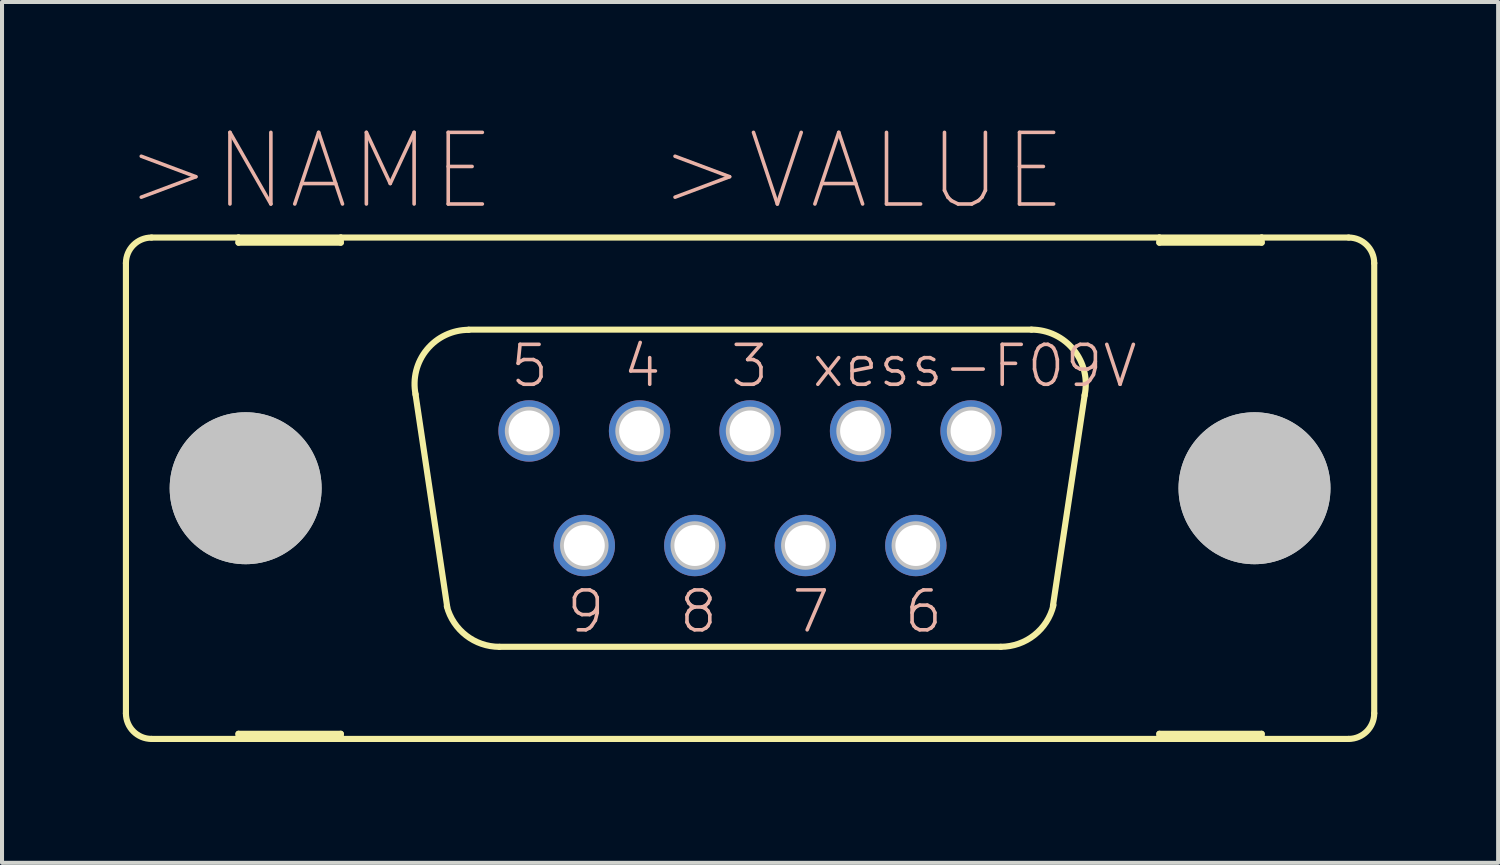
<source format=kicad_pcb>
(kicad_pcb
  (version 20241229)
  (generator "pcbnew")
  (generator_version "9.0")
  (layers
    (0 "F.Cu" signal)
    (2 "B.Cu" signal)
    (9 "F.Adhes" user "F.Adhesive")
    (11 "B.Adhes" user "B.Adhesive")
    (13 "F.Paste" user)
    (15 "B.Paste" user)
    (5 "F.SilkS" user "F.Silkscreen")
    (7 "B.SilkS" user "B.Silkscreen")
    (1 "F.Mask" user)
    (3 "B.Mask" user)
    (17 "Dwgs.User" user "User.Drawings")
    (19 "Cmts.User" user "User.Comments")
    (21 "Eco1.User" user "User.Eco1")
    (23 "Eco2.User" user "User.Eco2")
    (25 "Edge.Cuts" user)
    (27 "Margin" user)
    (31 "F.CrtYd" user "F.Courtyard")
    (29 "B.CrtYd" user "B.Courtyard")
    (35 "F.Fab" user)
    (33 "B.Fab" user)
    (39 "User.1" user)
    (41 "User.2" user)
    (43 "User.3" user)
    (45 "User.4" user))
  (footprint "xess-F09V"
    (layer "F.Cu")
    (at 15.57 9.07)
    (property "Reference" "xess-F09V" (at 5.575 -3.035 0) (layer "B.SilkS") (effects (font (size 0.991 0.991) (thickness 0.089))))
    (attr exclude_from_pos_files exclude_from_bom)
    (fp_line (start -15.494 -5.588) (end -15.494 5.588) (stroke (width 0.152) (type solid)) (layer "F.SilkS"))
    (fp_line (start -14.859 6.223) (end -12.7 6.223) (stroke (width 0.152) (type solid)) (layer "F.SilkS"))
    (fp_line (start -14.173 0) (end -10.871 0) (stroke (width 0.127) (type solid)) (layer "F.SilkS"))
    (fp_line (start -12.7 -6.223) (end -14.859 -6.223) (stroke (width 0.152) (type solid)) (layer "F.SilkS"))
    (fp_line (start -12.7 -6.223) (end -12.7 -6.096) (stroke (width 0.152) (type solid)) (layer "F.SilkS"))
    (fp_line (start -12.7 -6.096) (end -10.16 -6.096) (stroke (width 0.152) (type solid)) (layer "F.SilkS"))
    (fp_line (start -12.7 6.096) (end -10.16 6.096) (stroke (width 0.152) (type solid)) (layer "F.SilkS"))
    (fp_line (start -12.7 6.223) (end -12.7 6.096) (stroke (width 0.152) (type solid)) (layer "F.SilkS"))
    (fp_line (start -12.7 6.223) (end -10.16 6.223) (stroke (width 0.152) (type solid)) (layer "F.SilkS"))
    (fp_line (start -12.522 1.651) (end -12.522 -1.651) (stroke (width 0.127) (type solid)) (layer "F.SilkS"))
    (fp_line (start -10.16 -6.223) (end -12.7 -6.223) (stroke (width 0.152) (type solid)) (layer "F.SilkS"))
    (fp_line (start -10.16 -6.096) (end -10.16 -6.223) (stroke (width 0.152) (type solid)) (layer "F.SilkS"))
    (fp_line (start -10.16 6.096) (end -10.16 6.223) (stroke (width 0.152) (type solid)) (layer "F.SilkS"))
    (fp_line (start -10.16 6.223) (end 10.16 6.223) (stroke (width 0.152) (type solid)) (layer "F.SilkS"))
    (fp_line (start -7.518 2.946) (end -8.306 -2.337) (stroke (width 0.152) (type solid)) (layer "F.SilkS"))
    (fp_line (start -6.985 -3.937) (end 6.985 -3.937) (stroke (width 0.152) (type solid)) (layer "F.SilkS"))
    (fp_line (start -6.223 3.937) (end 6.223 3.937) (stroke (width 0.152) (type solid)) (layer "F.SilkS"))
    (fp_line (start 8.306 -2.311) (end 7.518 2.921) (stroke (width 0.152) (type solid)) (layer "F.SilkS"))
    (fp_line (start 10.16 -6.223) (end -10.16 -6.223) (stroke (width 0.152) (type solid)) (layer "F.SilkS"))
    (fp_line (start 10.16 -6.223) (end 10.16 -6.096) (stroke (width 0.152) (type solid)) (layer "F.SilkS"))
    (fp_line (start 10.16 -6.096) (end 12.7 -6.096) (stroke (width 0.152) (type solid)) (layer "F.SilkS"))
    (fp_line (start 10.16 6.096) (end 12.7 6.096) (stroke (width 0.152) (type solid)) (layer "F.SilkS"))
    (fp_line (start 10.16 6.223) (end 10.16 6.096) (stroke (width 0.152) (type solid)) (layer "F.SilkS"))
    (fp_line (start 10.16 6.223) (end 12.7 6.223) (stroke (width 0.152) (type solid)) (layer "F.SilkS"))
    (fp_line (start 10.871 0) (end 14.173 0) (stroke (width 0.127) (type solid)) (layer "F.SilkS"))
    (fp_line (start 12.522 1.651) (end 12.522 -1.651) (stroke (width 0.127) (type solid)) (layer "F.SilkS"))
    (fp_line (start 12.7 -6.223) (end 10.16 -6.223) (stroke (width 0.152) (type solid)) (layer "F.SilkS"))
    (fp_line (start 12.7 -6.096) (end 12.7 -6.223) (stroke (width 0.152) (type solid)) (layer "F.SilkS"))
    (fp_line (start 12.7 6.096) (end 12.7 6.223) (stroke (width 0.152) (type solid)) (layer "F.SilkS"))
    (fp_line (start 12.7 6.223) (end 14.859 6.223) (stroke (width 0.152) (type solid)) (layer "F.SilkS"))
    (fp_line (start 14.859 -6.223) (end 12.7 -6.223) (stroke (width 0.152) (type solid)) (layer "F.SilkS"))
    (fp_line (start 15.494 -5.588) (end 15.494 5.588) (stroke (width 0.152) (type solid)) (layer "F.SilkS"))
    (fp_arc (start -15.494 -5.588) (mid -15.308013 -6.037013) (end -14.859 -6.223) (stroke (width 0.1524) (type solid)) (layer "F.SilkS"))
    (fp_arc (start -14.859 6.223) (mid -15.308013 6.037013) (end -15.494 5.588) (stroke (width 0.1524) (type solid)) (layer "F.SilkS"))
    (fp_arc (start -8.30326 -2.32664) (mid -8.023158 -3.441772) (end -6.98324 -3.932229) (stroke (width 0.1524) (type solid)) (layer "F.SilkS"))
    (fp_arc (start -6.223 3.937) (mid -7.047791 3.655415) (end -7.528188 2.928236) (stroke (width 0.1524) (type solid)) (layer "F.SilkS"))
    (fp_arc (start 6.985 -3.937) (mid 8.034648 -3.435219) (end 8.30328 -2.303238) (stroke (width 0.1524) (type solid)) (layer "F.SilkS"))
    (fp_arc (start 7.5311 2.90322) (mid 7.055662 3.646284) (end 6.222518 3.936211) (stroke (width 0.1524) (type solid)) (layer "F.SilkS"))
    (fp_arc (start 14.859 -6.223) (mid 15.308013 -6.037013) (end 15.494 -5.588) (stroke (width 0.1524) (type solid)) (layer "F.SilkS"))
    (fp_arc (start 15.494 5.588) (mid 15.308013 6.037013) (end 14.859 6.223) (stroke (width 0.1524) (type solid)) (layer "F.SilkS"))
    (fp_circle (center -12.522 0) (end -13.348 0.826) (stroke (width 0.076) (type solid)) (fill no) (layer "F.SilkS"))
    (fp_circle (center -12.522 0) (end -13.348 0.826) (stroke (width 0.127) (type solid)) (fill no) (layer "F.SilkS"))
    (fp_circle (center 12.522 0) (end 13.348 0.826) (stroke (width 0.076) (type solid)) (fill no) (layer "F.SilkS"))
    (fp_circle (center 12.522 0) (end 13.348 0.826) (stroke (width 0.127) (type solid)) (fill no) (layer "F.SilkS"))
    (fp_circle (center -12.522 0) (end -13.856 1.333) (stroke (width 0) (type solid)) (fill yes) (layer "Dwgs.User"))
    (fp_circle (center -12.522 0) (end -13.856 1.333) (stroke (width 0) (type solid)) (fill yes) (layer "Dwgs.User"))
    (fp_circle (center -5.486 -1.422) (end -5.867 -1.803) (stroke (width 0.127) (type solid)) (fill no) (layer "Dwgs.User"))
    (fp_circle (center -4.115 1.422) (end -4.496 1.803) (stroke (width 0.127) (type solid)) (fill no) (layer "Dwgs.User"))
    (fp_circle (center -2.743 -1.422) (end -3.124 -1.803) (stroke (width 0.127) (type solid)) (fill no) (layer "Dwgs.User"))
    (fp_circle (center -1.372 1.422) (end -1.753 1.803) (stroke (width 0.127) (type solid)) (fill no) (layer "Dwgs.User"))
    (fp_circle (center 0 -1.422) (end -0.381 -1.803) (stroke (width 0.127) (type solid)) (fill no) (layer "Dwgs.User"))
    (fp_circle (center 1.372 1.422) (end 1.753 1.803) (stroke (width 0.127) (type solid)) (fill no) (layer "Dwgs.User"))
    (fp_circle (center 2.743 -1.422) (end 3.124 -1.803) (stroke (width 0.127) (type solid)) (fill no) (layer "Dwgs.User"))
    (fp_circle (center 4.115 1.422) (end 4.496 1.803) (stroke (width 0.127) (type solid)) (fill no) (layer "Dwgs.User"))
    (fp_circle (center 5.486 -1.422) (end 5.867 -1.803) (stroke (width 0.127) (type solid)) (fill no) (layer "Dwgs.User"))
    (fp_circle (center 12.522 0) (end 13.856 1.333) (stroke (width 0) (type solid)) (fill yes) (layer "Dwgs.User"))
    (fp_circle (center 12.522 0) (end 13.856 1.333) (stroke (width 0) (type solid)) (fill yes) (layer "Dwgs.User"))
    (fp_text user "4" (at -2.68 -3.035 0) (layer "B.SilkS") (effects (font (size 0.991 0.991) (thickness 0.089))))
    (fp_text user ">VALUE" (at 2.794 -7.874 0) (layer "B.SilkS") (effects (font (size 1.778 1.778) (thickness 0.089))))
    (fp_text user ">NAME" (at -10.922 -7.874 0) (layer "B.SilkS") (effects (font (size 1.778 1.778) (thickness 0.089))))
    (fp_text user "3" (at -0.013 -3.035 0) (layer "B.SilkS") (effects (font (size 0.991 0.991) (thickness 0.089))))
    (fp_text user "9" (at -4.077 3.061 0) (layer "B.SilkS") (effects (font (size 0.991 0.991) (thickness 0.089))))
    (fp_text user "8" (at -1.283 3.061 0) (layer "B.SilkS") (effects (font (size 0.991 0.991) (thickness 0.089))))
    (fp_text user "7" (at 1.511 3.061 0) (layer "B.SilkS") (effects (font (size 0.991 0.991) (thickness 0.089))))
    (fp_text user "6" (at 4.305 3.061 0) (layer "B.SilkS") (effects (font (size 0.991 0.991) (thickness 0.089))))
    (fp_text user "5" (at -5.474 -3.035 0) (layer "B.SilkS") (effects (font (size 0.991 0.991) (thickness 0.089))))
    (pad "1" thru_hole circle (at 5.486 -1.422) (size 1.524 1.524) (drill 1.016) (layers "*.Cu" "*.Mask"))
    (pad "2" thru_hole circle (at 2.743 -1.422) (size 1.524 1.524) (drill 1.016) (layers "*.Cu" "*.Mask"))
    (pad "3" thru_hole circle (at 0 -1.422) (size 1.524 1.524) (drill 1.016) (layers "*.Cu" "*.Mask"))
    (pad "4" thru_hole circle (at -2.743 -1.422) (size 1.524 1.524) (drill 1.016) (layers "*.Cu" "*.Mask"))
    (pad "5" thru_hole circle (at -5.486 -1.422) (size 1.524 1.524) (drill 1.016) (layers "*.Cu" "*.Mask"))
    (pad "6" thru_hole circle (at 4.115 1.422) (size 1.524 1.524) (drill 1.016) (layers "*.Cu" "*.Mask"))
    (pad "7" thru_hole circle (at 1.372 1.422) (size 1.524 1.524) (drill 1.016) (layers "*.Cu" "*.Mask"))
    (pad "8" thru_hole circle (at -1.372 1.422) (size 1.524 1.524) (drill 1.016) (layers "*.Cu" "*.Mask"))
    (pad "9" thru_hole circle (at -4.115 1.422) (size 1.524 1.524) (drill 1.016) (layers "*.Cu" "*.Mask")))
  (gr_rect
    (start -3 -3)
    (end 34.14 18.369)
    (stroke (width 0.1) (type default))
    (fill no)
    (layer "Edge.Cuts")))
</source>
